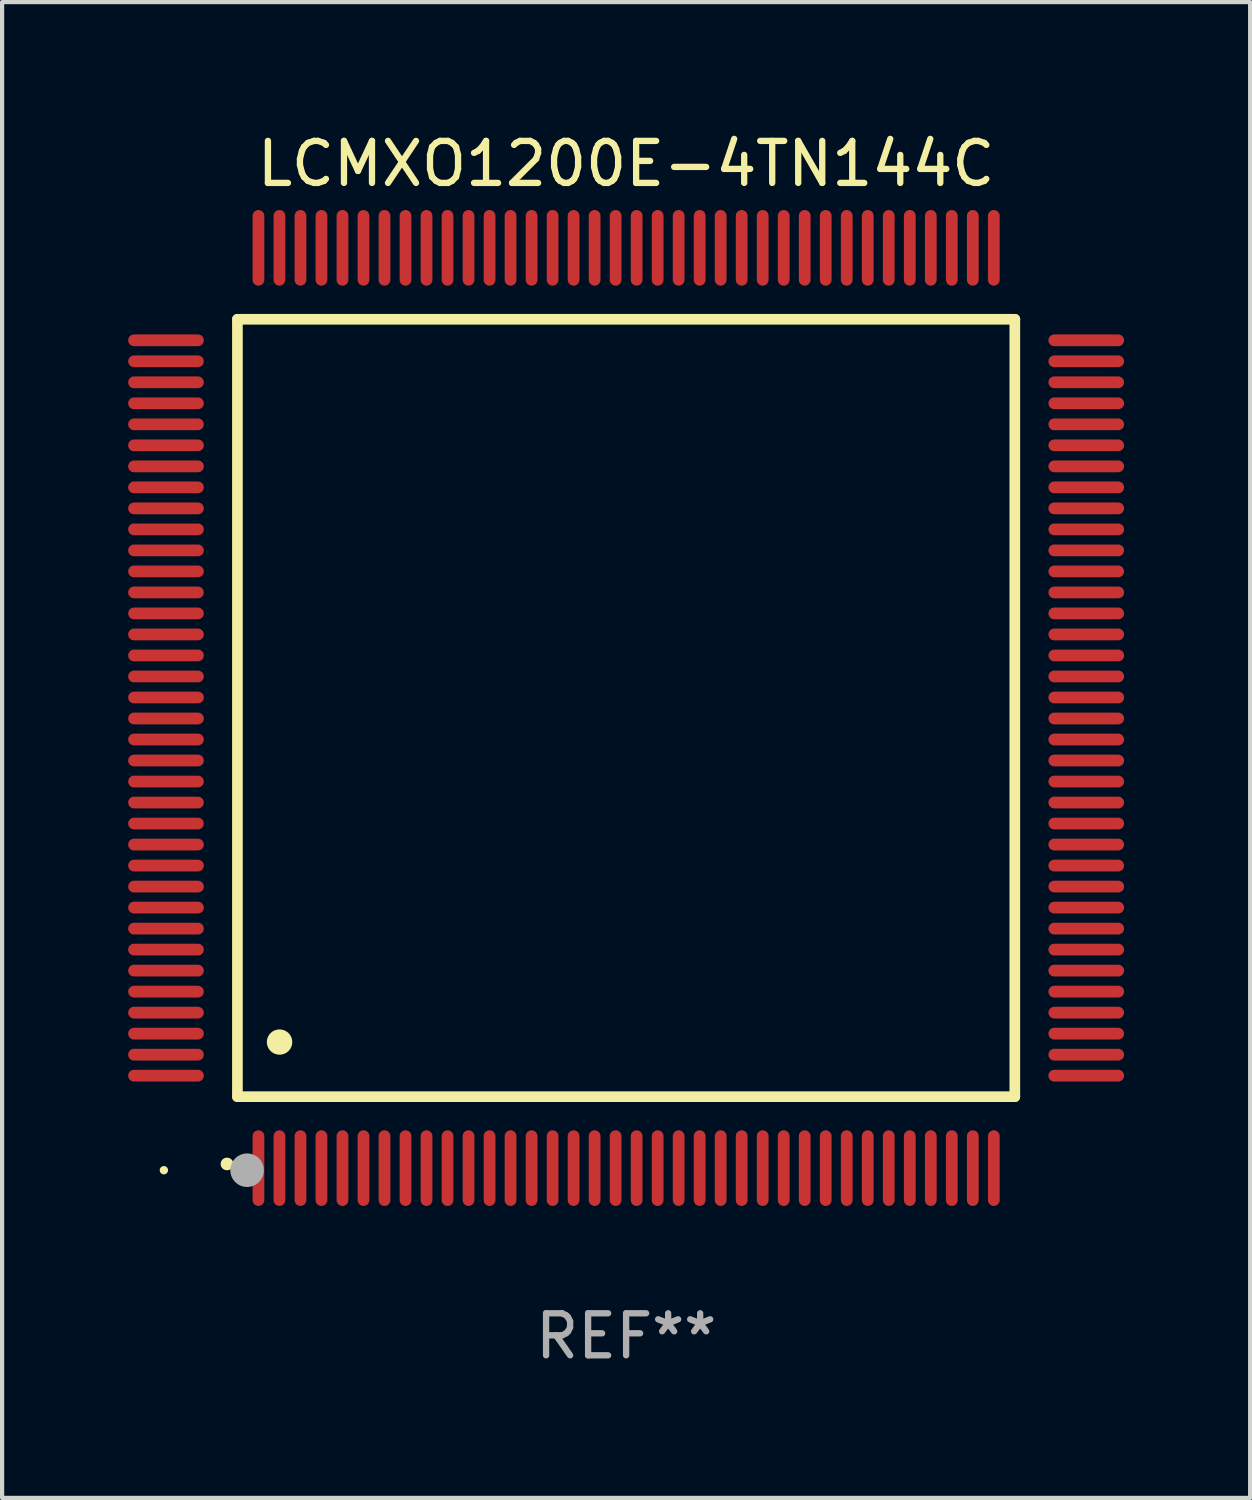
<source format=kicad_pcb>
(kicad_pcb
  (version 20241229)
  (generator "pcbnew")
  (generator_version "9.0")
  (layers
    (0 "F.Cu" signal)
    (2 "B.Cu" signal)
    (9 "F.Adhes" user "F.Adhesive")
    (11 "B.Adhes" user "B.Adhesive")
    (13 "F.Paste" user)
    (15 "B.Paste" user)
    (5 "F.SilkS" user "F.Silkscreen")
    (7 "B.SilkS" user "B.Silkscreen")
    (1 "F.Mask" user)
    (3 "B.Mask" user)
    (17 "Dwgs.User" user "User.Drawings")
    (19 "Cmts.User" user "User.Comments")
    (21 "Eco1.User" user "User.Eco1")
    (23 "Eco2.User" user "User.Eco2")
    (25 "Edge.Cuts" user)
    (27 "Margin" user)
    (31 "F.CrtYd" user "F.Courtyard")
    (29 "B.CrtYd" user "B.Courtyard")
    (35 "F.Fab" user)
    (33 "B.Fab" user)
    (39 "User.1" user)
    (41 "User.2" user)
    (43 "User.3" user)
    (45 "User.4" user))
  (footprint "LCMXO1200E-4TN144C"
    (layer "F.Cu")
    (at 11.85 13.798)
    (property "Reference" "LCMXO1200E-4TN144C" (at 0 -12.95 0) (layer "F.SilkS") (effects (font (size 1 1) (thickness 0.15))))
    (attr through_hole)
    (fp_line (start -9.25 -9.25) (end -9.25 9.25) (stroke (width 0.254) (type solid)) (layer "F.SilkS"))
    (fp_line (start -9.25 9.25) (end 9.25 9.25) (stroke (width 0.254) (type solid)) (layer "F.SilkS"))
    (fp_line (start 9.25 -9.25) (end -9.25 -9.25) (stroke (width 0.254) (type solid)) (layer "F.SilkS"))
    (fp_line (start 9.25 9.25) (end 9.25 -9.25) (stroke (width 0.254) (type solid)) (layer "F.SilkS"))
    (fp_arc (start -9.499619 10.850902) (mid -9.498349 10.850897) (end -9.497079 10.850902) (stroke (width 0.3) (type solid)) (layer "F.SilkS"))
    (fp_arc (start -8.249936 7.950216) (mid -8.247396 7.950205) (end -8.244856 7.950216) (stroke (width 0.6) (type solid)) (layer "F.SilkS"))
    (fp_circle (center -11 11) (end -10.95 11) (stroke (width 0.1) (type solid)) (fill no) (layer "F.SilkS"))
    (fp_circle (center -9.02 11) (end -8.82 11) (stroke (width 0.4) (type solid)) (fill no) (layer "F.Fab"))
    (fp_text user "REF**" (at 0 14.95 0) (layer "F.Fab") (effects (font (size 1 1) (thickness 0.15))))
    (pad "1" smd oval (at -8.75 10.95) (size 0.28 1.8) (layers "F.Cu" "F.Mask" "F.Paste"))
    (pad "2" smd oval (at -8.25 10.95) (size 0.28 1.8) (layers "F.Cu" "F.Mask" "F.Paste"))
    (pad "3" smd oval (at -7.75 10.95) (size 0.28 1.8) (layers "F.Cu" "F.Mask" "F.Paste"))
    (pad "4" smd oval (at -7.25 10.95) (size 0.28 1.8) (layers "F.Cu" "F.Mask" "F.Paste"))
    (pad "5" smd oval (at -6.75 10.95) (size 0.28 1.8) (layers "F.Cu" "F.Mask" "F.Paste"))
    (pad "6" smd oval (at -6.25 10.95) (size 0.28 1.8) (layers "F.Cu" "F.Mask" "F.Paste"))
    (pad "7" smd oval (at -5.75 10.95) (size 0.28 1.8) (layers "F.Cu" "F.Mask" "F.Paste"))
    (pad "8" smd oval (at -5.25 10.95) (size 0.28 1.8) (layers "F.Cu" "F.Mask" "F.Paste"))
    (pad "9" smd oval (at -4.75 10.95) (size 0.28 1.8) (layers "F.Cu" "F.Mask" "F.Paste"))
    (pad "10" smd oval (at -4.25 10.95) (size 0.28 1.8) (layers "F.Cu" "F.Mask" "F.Paste"))
    (pad "11" smd oval (at -3.75 10.95) (size 0.28 1.8) (layers "F.Cu" "F.Mask" "F.Paste"))
    (pad "12" smd oval (at -3.25 10.95) (size 0.28 1.8) (layers "F.Cu" "F.Mask" "F.Paste"))
    (pad "13" smd oval (at -2.75 10.95) (size 0.28 1.8) (layers "F.Cu" "F.Mask" "F.Paste"))
    (pad "14" smd oval (at -2.25 10.95) (size 0.28 1.8) (layers "F.Cu" "F.Mask" "F.Paste"))
    (pad "15" smd oval (at -1.75 10.95) (size 0.28 1.8) (layers "F.Cu" "F.Mask" "F.Paste"))
    (pad "16" smd oval (at -1.25 10.95) (size 0.28 1.8) (layers "F.Cu" "F.Mask" "F.Paste"))
    (pad "17" smd oval (at -0.75 10.95) (size 0.28 1.8) (layers "F.Cu" "F.Mask" "F.Paste"))
    (pad "18" smd oval (at -0.25 10.95) (size 0.28 1.8) (layers "F.Cu" "F.Mask" "F.Paste"))
    (pad "19" smd oval (at 0.25 10.95) (size 0.28 1.8) (layers "F.Cu" "F.Mask" "F.Paste"))
    (pad "20" smd oval (at 0.75 10.95) (size 0.28 1.8) (layers "F.Cu" "F.Mask" "F.Paste"))
    (pad "21" smd oval (at 1.25 10.95) (size 0.28 1.8) (layers "F.Cu" "F.Mask" "F.Paste"))
    (pad "22" smd oval (at 1.75 10.95) (size 0.28 1.8) (layers "F.Cu" "F.Mask" "F.Paste"))
    (pad "23" smd oval (at 2.25 10.95) (size 0.28 1.8) (layers "F.Cu" "F.Mask" "F.Paste"))
    (pad "24" smd oval (at 2.75 10.95) (size 0.28 1.8) (layers "F.Cu" "F.Mask" "F.Paste"))
    (pad "25" smd oval (at 3.25 10.95) (size 0.28 1.8) (layers "F.Cu" "F.Mask" "F.Paste"))
    (pad "26" smd oval (at 3.75 10.95) (size 0.28 1.8) (layers "F.Cu" "F.Mask" "F.Paste"))
    (pad "27" smd oval (at 4.25 10.95) (size 0.28 1.8) (layers "F.Cu" "F.Mask" "F.Paste"))
    (pad "28" smd oval (at 4.75 10.95) (size 0.28 1.8) (layers "F.Cu" "F.Mask" "F.Paste"))
    (pad "29" smd oval (at 5.25 10.95) (size 0.28 1.8) (layers "F.Cu" "F.Mask" "F.Paste"))
    (pad "30" smd oval (at 5.75 10.95) (size 0.28 1.8) (layers "F.Cu" "F.Mask" "F.Paste"))
    (pad "31" smd oval (at 6.25 10.95) (size 0.28 1.8) (layers "F.Cu" "F.Mask" "F.Paste"))
    (pad "32" smd oval (at 6.75 10.95) (size 0.28 1.8) (layers "F.Cu" "F.Mask" "F.Paste"))
    (pad "33" smd oval (at 7.25 10.95) (size 0.28 1.8) (layers "F.Cu" "F.Mask" "F.Paste"))
    (pad "34" smd oval (at 7.75 10.95) (size 0.28 1.8) (layers "F.Cu" "F.Mask" "F.Paste"))
    (pad "35" smd oval (at 8.25 10.95) (size 0.28 1.8) (layers "F.Cu" "F.Mask" "F.Paste"))
    (pad "36" smd oval (at 8.75 10.95) (size 0.28 1.8) (layers "F.Cu" "F.Mask" "F.Paste"))
    (pad "37" smd oval (at 10.95 8.75) (size 1.8 0.28) (layers "F.Cu" "F.Mask" "F.Paste"))
    (pad "38" smd oval (at 10.95 8.25) (size 1.8 0.28) (layers "F.Cu" "F.Mask" "F.Paste"))
    (pad "39" smd oval (at 10.95 7.75) (size 1.8 0.28) (layers "F.Cu" "F.Mask" "F.Paste"))
    (pad "40" smd oval (at 10.95 7.25) (size 1.8 0.28) (layers "F.Cu" "F.Mask" "F.Paste"))
    (pad "41" smd oval (at 10.95 6.75) (size 1.8 0.28) (layers "F.Cu" "F.Mask" "F.Paste"))
    (pad "42" smd oval (at 10.95 6.25) (size 1.8 0.28) (layers "F.Cu" "F.Mask" "F.Paste"))
    (pad "43" smd oval (at 10.95 5.75) (size 1.8 0.28) (layers "F.Cu" "F.Mask" "F.Paste"))
    (pad "44" smd oval (at 10.95 5.25) (size 1.8 0.28) (layers "F.Cu" "F.Mask" "F.Paste"))
    (pad "45" smd oval (at 10.95 4.75) (size 1.8 0.28) (layers "F.Cu" "F.Mask" "F.Paste"))
    (pad "46" smd oval (at 10.95 4.25) (size 1.8 0.28) (layers "F.Cu" "F.Mask" "F.Paste"))
    (pad "47" smd oval (at 10.95 3.75) (size 1.8 0.28) (layers "F.Cu" "F.Mask" "F.Paste"))
    (pad "48" smd oval (at 10.95 3.25) (size 1.8 0.28) (layers "F.Cu" "F.Mask" "F.Paste"))
    (pad "49" smd oval (at 10.95 2.75) (size 1.8 0.28) (layers "F.Cu" "F.Mask" "F.Paste"))
    (pad "50" smd oval (at 10.95 2.25) (size 1.8 0.28) (layers "F.Cu" "F.Mask" "F.Paste"))
    (pad "51" smd oval (at 10.95 1.75) (size 1.8 0.28) (layers "F.Cu" "F.Mask" "F.Paste"))
    (pad "52" smd oval (at 10.95 1.25) (size 1.8 0.28) (layers "F.Cu" "F.Mask" "F.Paste"))
    (pad "53" smd oval (at 10.95 0.75) (size 1.8 0.28) (layers "F.Cu" "F.Mask" "F.Paste"))
    (pad "54" smd oval (at 10.95 0.25) (size 1.8 0.28) (layers "F.Cu" "F.Mask" "F.Paste"))
    (pad "55" smd oval (at 10.95 -0.25) (size 1.8 0.28) (layers "F.Cu" "F.Mask" "F.Paste"))
    (pad "56" smd oval (at 10.95 -0.75) (size 1.8 0.28) (layers "F.Cu" "F.Mask" "F.Paste"))
    (pad "57" smd oval (at 10.95 -1.25) (size 1.8 0.28) (layers "F.Cu" "F.Mask" "F.Paste"))
    (pad "58" smd oval (at 10.95 -1.75) (size 1.8 0.28) (layers "F.Cu" "F.Mask" "F.Paste"))
    (pad "59" smd oval (at 10.95 -2.25) (size 1.8 0.28) (layers "F.Cu" "F.Mask" "F.Paste"))
    (pad "60" smd oval (at 10.95 -2.75) (size 1.8 0.28) (layers "F.Cu" "F.Mask" "F.Paste"))
    (pad "61" smd oval (at 10.95 -3.25) (size 1.8 0.28) (layers "F.Cu" "F.Mask" "F.Paste"))
    (pad "62" smd oval (at 10.95 -3.75) (size 1.8 0.28) (layers "F.Cu" "F.Mask" "F.Paste"))
    (pad "63" smd oval (at 10.95 -4.25) (size 1.8 0.28) (layers "F.Cu" "F.Mask" "F.Paste"))
    (pad "64" smd oval (at 10.95 -4.75) (size 1.8 0.28) (layers "F.Cu" "F.Mask" "F.Paste"))
    (pad "65" smd oval (at 10.95 -5.25) (size 1.8 0.28) (layers "F.Cu" "F.Mask" "F.Paste"))
    (pad "66" smd oval (at 10.95 -5.75) (size 1.8 0.28) (layers "F.Cu" "F.Mask" "F.Paste"))
    (pad "67" smd oval (at 10.95 -6.25) (size 1.8 0.28) (layers "F.Cu" "F.Mask" "F.Paste"))
    (pad "68" smd oval (at 10.95 -6.75) (size 1.8 0.28) (layers "F.Cu" "F.Mask" "F.Paste"))
    (pad "69" smd oval (at 10.95 -7.25) (size 1.8 0.28) (layers "F.Cu" "F.Mask" "F.Paste"))
    (pad "70" smd oval (at 10.95 -7.75) (size 1.8 0.28) (layers "F.Cu" "F.Mask" "F.Paste"))
    (pad "71" smd oval (at 10.95 -8.25) (size 1.8 0.28) (layers "F.Cu" "F.Mask" "F.Paste"))
    (pad "72" smd oval (at 10.95 -8.75) (size 1.8 0.28) (layers "F.Cu" "F.Mask" "F.Paste"))
    (pad "73" smd oval (at 8.75 -10.95) (size 0.28 1.8) (layers "F.Cu" "F.Mask" "F.Paste"))
    (pad "74" smd oval (at 8.25 -10.95) (size 0.28 1.8) (layers "F.Cu" "F.Mask" "F.Paste"))
    (pad "75" smd oval (at 7.75 -10.95) (size 0.28 1.8) (layers "F.Cu" "F.Mask" "F.Paste"))
    (pad "76" smd oval (at 7.25 -10.95) (size 0.28 1.8) (layers "F.Cu" "F.Mask" "F.Paste"))
    (pad "77" smd oval (at 6.75 -10.95) (size 0.28 1.8) (layers "F.Cu" "F.Mask" "F.Paste"))
    (pad "78" smd oval (at 6.25 -10.95) (size 0.28 1.8) (layers "F.Cu" "F.Mask" "F.Paste"))
    (pad "79" smd oval (at 5.75 -10.95) (size 0.28 1.8) (layers "F.Cu" "F.Mask" "F.Paste"))
    (pad "80" smd oval (at 5.25 -10.95) (size 0.28 1.8) (layers "F.Cu" "F.Mask" "F.Paste"))
    (pad "81" smd oval (at 4.75 -10.95) (size 0.28 1.8) (layers "F.Cu" "F.Mask" "F.Paste"))
    (pad "82" smd oval (at 4.25 -10.95) (size 0.28 1.8) (layers "F.Cu" "F.Mask" "F.Paste"))
    (pad "83" smd oval (at 3.75 -10.95) (size 0.28 1.8) (layers "F.Cu" "F.Mask" "F.Paste"))
    (pad "84" smd oval (at 3.25 -10.95) (size 0.28 1.8) (layers "F.Cu" "F.Mask" "F.Paste"))
    (pad "85" smd oval (at 2.75 -10.95) (size 0.28 1.8) (layers "F.Cu" "F.Mask" "F.Paste"))
    (pad "86" smd oval (at 2.25 -10.95) (size 0.28 1.8) (layers "F.Cu" "F.Mask" "F.Paste"))
    (pad "87" smd oval (at 1.75 -10.95) (size 0.28 1.8) (layers "F.Cu" "F.Mask" "F.Paste"))
    (pad "88" smd oval (at 1.25 -10.95) (size 0.28 1.8) (layers "F.Cu" "F.Mask" "F.Paste"))
    (pad "89" smd oval (at 0.75 -10.95) (size 0.28 1.8) (layers "F.Cu" "F.Mask" "F.Paste"))
    (pad "90" smd oval (at 0.25 -10.95) (size 0.28 1.8) (layers "F.Cu" "F.Mask" "F.Paste"))
    (pad "91" smd oval (at -0.25 -10.95) (size 0.28 1.8) (layers "F.Cu" "F.Mask" "F.Paste"))
    (pad "92" smd oval (at -0.75 -10.95) (size 0.28 1.8) (layers "F.Cu" "F.Mask" "F.Paste"))
    (pad "93" smd oval (at -1.25 -10.95) (size 0.28 1.8) (layers "F.Cu" "F.Mask" "F.Paste"))
    (pad "94" smd oval (at -1.75 -10.95) (size 0.28 1.8) (layers "F.Cu" "F.Mask" "F.Paste"))
    (pad "95" smd oval (at -2.25 -10.95) (size 0.28 1.8) (layers "F.Cu" "F.Mask" "F.Paste"))
    (pad "96" smd oval (at -2.75 -10.95) (size 0.28 1.8) (layers "F.Cu" "F.Mask" "F.Paste"))
    (pad "97" smd oval (at -3.25 -10.95) (size 0.28 1.8) (layers "F.Cu" "F.Mask" "F.Paste"))
    (pad "98" smd oval (at -3.75 -10.95) (size 0.28 1.8) (layers "F.Cu" "F.Mask" "F.Paste"))
    (pad "99" smd oval (at -4.25 -10.95) (size 0.28 1.8) (layers "F.Cu" "F.Mask" "F.Paste"))
    (pad "100" smd oval (at -4.75 -10.95) (size 0.28 1.8) (layers "F.Cu" "F.Mask" "F.Paste"))
    (pad "101" smd oval (at -5.25 -10.95) (size 0.28 1.8) (layers "F.Cu" "F.Mask" "F.Paste"))
    (pad "102" smd oval (at -5.75 -10.95) (size 0.28 1.8) (layers "F.Cu" "F.Mask" "F.Paste"))
    (pad "103" smd oval (at -6.25 -10.95) (size 0.28 1.8) (layers "F.Cu" "F.Mask" "F.Paste"))
    (pad "104" smd oval (at -6.75 -10.95) (size 0.28 1.8) (layers "F.Cu" "F.Mask" "F.Paste"))
    (pad "105" smd oval (at -7.25 -10.95) (size 0.28 1.8) (layers "F.Cu" "F.Mask" "F.Paste"))
    (pad "106" smd oval (at -7.75 -10.95) (size 0.28 1.8) (layers "F.Cu" "F.Mask" "F.Paste"))
    (pad "107" smd oval (at -8.25 -10.95) (size 0.28 1.8) (layers "F.Cu" "F.Mask" "F.Paste"))
    (pad "108" smd oval (at -8.75 -10.95) (size 0.28 1.8) (layers "F.Cu" "F.Mask" "F.Paste"))
    (pad "109" smd oval (at -10.95 -8.75) (size 1.8 0.28) (layers "F.Cu" "F.Mask" "F.Paste"))
    (pad "110" smd oval (at -10.95 -8.25) (size 1.8 0.28) (layers "F.Cu" "F.Mask" "F.Paste"))
    (pad "111" smd oval (at -10.95 -7.75) (size 1.8 0.28) (layers "F.Cu" "F.Mask" "F.Paste"))
    (pad "112" smd oval (at -10.95 -7.25) (size 1.8 0.28) (layers "F.Cu" "F.Mask" "F.Paste"))
    (pad "113" smd oval (at -10.95 -6.75) (size 1.8 0.28) (layers "F.Cu" "F.Mask" "F.Paste"))
    (pad "114" smd oval (at -10.95 -6.25) (size 1.8 0.28) (layers "F.Cu" "F.Mask" "F.Paste"))
    (pad "115" smd oval (at -10.95 -5.75) (size 1.8 0.28) (layers "F.Cu" "F.Mask" "F.Paste"))
    (pad "116" smd oval (at -10.95 -5.25) (size 1.8 0.28) (layers "F.Cu" "F.Mask" "F.Paste"))
    (pad "117" smd oval (at -10.95 -4.75) (size 1.8 0.28) (layers "F.Cu" "F.Mask" "F.Paste"))
    (pad "118" smd oval (at -10.95 -4.25) (size 1.8 0.28) (layers "F.Cu" "F.Mask" "F.Paste"))
    (pad "119" smd oval (at -10.95 -3.75) (size 1.8 0.28) (layers "F.Cu" "F.Mask" "F.Paste"))
    (pad "120" smd oval (at -10.95 -3.25) (size 1.8 0.28) (layers "F.Cu" "F.Mask" "F.Paste"))
    (pad "121" smd oval (at -10.95 -2.75) (size 1.8 0.28) (layers "F.Cu" "F.Mask" "F.Paste"))
    (pad "122" smd oval (at -10.95 -2.25) (size 1.8 0.28) (layers "F.Cu" "F.Mask" "F.Paste"))
    (pad "123" smd oval (at -10.95 -1.75) (size 1.8 0.28) (layers "F.Cu" "F.Mask" "F.Paste"))
    (pad "124" smd oval (at -10.95 -1.25) (size 1.8 0.28) (layers "F.Cu" "F.Mask" "F.Paste"))
    (pad "125" smd oval (at -10.95 -0.75) (size 1.8 0.28) (layers "F.Cu" "F.Mask" "F.Paste"))
    (pad "126" smd oval (at -10.95 -0.25) (size 1.8 0.28) (layers "F.Cu" "F.Mask" "F.Paste"))
    (pad "127" smd oval (at -10.95 0.25) (size 1.8 0.28) (layers "F.Cu" "F.Mask" "F.Paste"))
    (pad "128" smd oval (at -10.95 0.75) (size 1.8 0.28) (layers "F.Cu" "F.Mask" "F.Paste"))
    (pad "129" smd oval (at -10.95 1.25) (size 1.8 0.28) (layers "F.Cu" "F.Mask" "F.Paste"))
    (pad "130" smd oval (at -10.95 1.75) (size 1.8 0.28) (layers "F.Cu" "F.Mask" "F.Paste"))
    (pad "131" smd oval (at -10.95 2.25) (size 1.8 0.28) (layers "F.Cu" "F.Mask" "F.Paste"))
    (pad "132" smd oval (at -10.95 2.75) (size 1.8 0.28) (layers "F.Cu" "F.Mask" "F.Paste"))
    (pad "133" smd oval (at -10.95 3.25) (size 1.8 0.28) (layers "F.Cu" "F.Mask" "F.Paste"))
    (pad "134" smd oval (at -10.95 3.75) (size 1.8 0.28) (layers "F.Cu" "F.Mask" "F.Paste"))
    (pad "135" smd oval (at -10.95 4.25) (size 1.8 0.28) (layers "F.Cu" "F.Mask" "F.Paste"))
    (pad "136" smd oval (at -10.95 4.75) (size 1.8 0.28) (layers "F.Cu" "F.Mask" "F.Paste"))
    (pad "137" smd oval (at -10.95 5.25) (size 1.8 0.28) (layers "F.Cu" "F.Mask" "F.Paste"))
    (pad "138" smd oval (at -10.95 5.75) (size 1.8 0.28) (layers "F.Cu" "F.Mask" "F.Paste"))
    (pad "139" smd oval (at -10.95 6.25) (size 1.8 0.28) (layers "F.Cu" "F.Mask" "F.Paste"))
    (pad "140" smd oval (at -10.95 6.75) (size 1.8 0.28) (layers "F.Cu" "F.Mask" "F.Paste"))
    (pad "141" smd oval (at -10.95 7.25) (size 1.8 0.28) (layers "F.Cu" "F.Mask" "F.Paste"))
    (pad "142" smd oval (at -10.95 7.75) (size 1.8 0.28) (layers "F.Cu" "F.Mask" "F.Paste"))
    (pad "143" smd oval (at -10.95 8.25) (size 1.8 0.28) (layers "F.Cu" "F.Mask" "F.Paste"))
    (pad "144" smd oval (at -10.95 8.75) (size 1.8 0.28) (layers "F.Cu" "F.Mask" "F.Paste")))
  (gr_rect
    (start -3 -3)
    (end 26.7 32.596)
    (stroke (width 0.1) (type default))
    (fill no)
    (layer "Edge.Cuts")))
</source>
